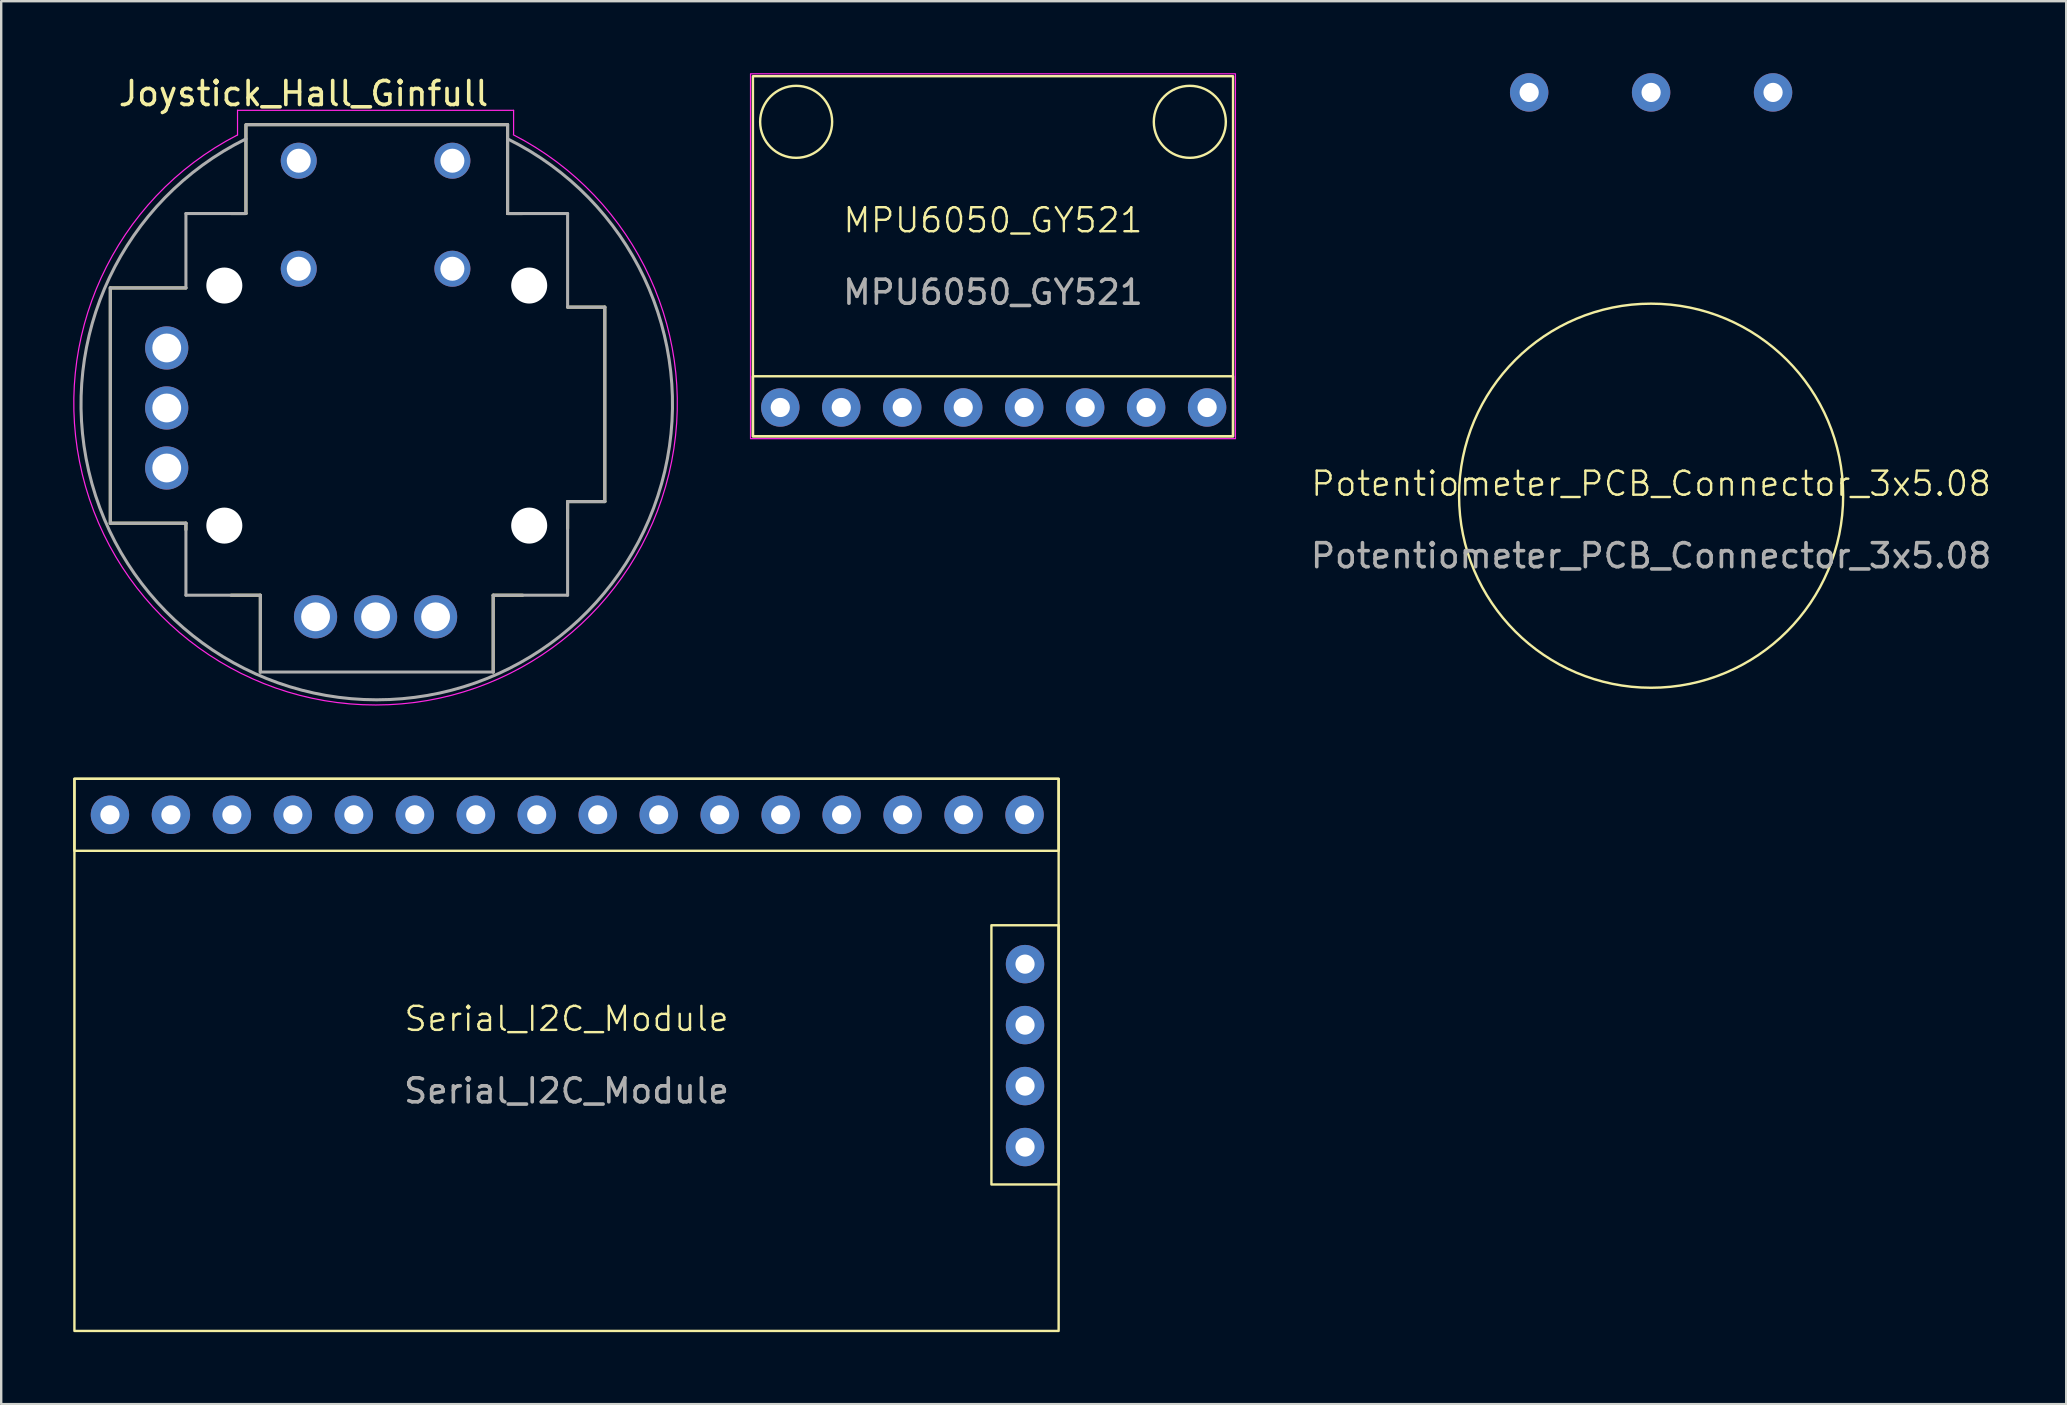
<source format=kicad_pcb>
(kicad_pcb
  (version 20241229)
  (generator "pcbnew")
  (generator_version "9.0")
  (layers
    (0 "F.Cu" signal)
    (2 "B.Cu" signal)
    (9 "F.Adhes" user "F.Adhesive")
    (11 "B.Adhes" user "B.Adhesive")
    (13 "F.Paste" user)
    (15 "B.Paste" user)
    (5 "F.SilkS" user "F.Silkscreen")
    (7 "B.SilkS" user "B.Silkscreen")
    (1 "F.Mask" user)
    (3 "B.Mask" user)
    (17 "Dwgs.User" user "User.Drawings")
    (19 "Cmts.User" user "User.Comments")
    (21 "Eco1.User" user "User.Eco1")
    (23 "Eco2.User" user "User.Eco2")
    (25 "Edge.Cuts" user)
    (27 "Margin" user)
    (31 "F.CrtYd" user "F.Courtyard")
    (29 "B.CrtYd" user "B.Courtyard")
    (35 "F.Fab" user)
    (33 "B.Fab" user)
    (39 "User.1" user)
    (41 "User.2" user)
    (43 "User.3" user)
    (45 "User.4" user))
  (footprint "Serial_I2C_Module"
    (layer "F.Cu")
    (at 20.55 40.893)
    (property "Reference" "Serial_I2C_Module" (at 0 -1.5 0) (unlocked yes) (layer "F.SilkS") (effects (font (size 1 1) (thickness 0.1))))
    (attr through_hole)
    (fp_rect (start -20.5 -11.5) (end 20.5 -8.5) (stroke (width 0.1) (type default)) (fill no) (layer "F.SilkS"))
    (fp_rect (start -20.5 -11.5) (end 20.5 11.5) (stroke (width 0.1) (type default)) (fill no) (layer "F.SilkS"))
    (fp_rect (start 17.7 -5.4) (end 20.5 5.4) (stroke (width 0.1) (type default)) (fill no) (layer "F.SilkS"))
    (fp_text user "${REFERENCE}" (at 0 1.5 0) (unlocked yes) (layer "F.Fab") (effects (font (size 1 1) (thickness 0.15))))
    (pad "1" thru_hole circle (at 19.1 -3.78 90) (size 1.6 1.6) (drill 0.8) (layers "*.Cu" "*.Mask"))
    (pad "2" thru_hole circle (at 19.1 -1.24 90) (size 1.6 1.6) (drill 0.8) (layers "*.Cu" "*.Mask"))
    (pad "3" thru_hole circle (at 19.1 1.3 90) (size 1.6 1.6) (drill 0.8) (layers "*.Cu" "*.Mask"))
    (pad "4" thru_hole circle (at 19.1 3.84 90) (size 1.6 1.6) (drill 0.8) (layers "*.Cu" "*.Mask"))
    (pad "5" thru_hole circle (at 19.08 -10) (size 1.6 1.6) (drill 0.8) (layers "*.Cu" "*.Mask"))
    (pad "6" thru_hole circle (at 16.54 -10) (size 1.6 1.6) (drill 0.8) (layers "*.Cu" "*.Mask"))
    (pad "7" thru_hole circle (at 14 -10) (size 1.6 1.6) (drill 0.8) (layers "*.Cu" "*.Mask"))
    (pad "8" thru_hole circle (at 11.46 -10) (size 1.6 1.6) (drill 0.8) (layers "*.Cu" "*.Mask"))
    (pad "9" thru_hole circle (at 8.92 -10) (size 1.6 1.6) (drill 0.8) (layers "*.Cu" "*.Mask"))
    (pad "10" thru_hole circle (at 6.38 -10) (size 1.6 1.6) (drill 0.8) (layers "*.Cu" "*.Mask"))
    (pad "11" thru_hole circle (at 3.84 -10) (size 1.6 1.6) (drill 0.8) (layers "*.Cu" "*.Mask"))
    (pad "12" thru_hole circle (at 1.3 -10) (size 1.6 1.6) (drill 0.8) (layers "*.Cu" "*.Mask"))
    (pad "13" thru_hole circle (at -1.24 -10) (size 1.6 1.6) (drill 0.8) (layers "*.Cu" "*.Mask"))
    (pad "14" thru_hole circle (at -3.78 -10) (size 1.6 1.6) (drill 0.8) (layers "*.Cu" "*.Mask"))
    (pad "15" thru_hole circle (at -6.32 -10) (size 1.6 1.6) (drill 0.8) (layers "*.Cu" "*.Mask"))
    (pad "16" thru_hole circle (at -8.86 -10) (size 1.6 1.6) (drill 0.8) (layers "*.Cu" "*.Mask"))
    (pad "17" thru_hole circle (at -11.4 -10) (size 1.6 1.6) (drill 0.8) (layers "*.Cu" "*.Mask"))
    (pad "18" thru_hole circle (at -13.94 -10) (size 1.6 1.6) (drill 0.8) (layers "*.Cu" "*.Mask"))
    (pad "19" thru_hole circle (at -16.48 -10) (size 1.6 1.6) (drill 0.8) (layers "*.Cu" "*.Mask"))
    (pad "20" thru_hole circle (at -19.02 -10) (size 1.6 1.6) (drill 0.8) (layers "*.Cu" "*.Mask")))
  (footprint "Potentiometer_PCB_Connector_3x5.08"
    (layer "F.Cu")
    (at 65.731 17.6)
    (property "Reference" "Potentiometer_PCB_Connector_3x5.08" (at 0 -0.5 0) (unlocked yes) (layer "F.SilkS") (effects (font (size 1 1) (thickness 0.1))))
    (attr through_hole)
    (fp_circle (center 0 0) (end 8 0) (stroke (width 0.1) (type default)) (fill no) (layer "F.SilkS"))
    (fp_text user "${REFERENCE}" (at 0 2.5 0) (unlocked yes) (layer "F.Fab") (effects (font (size 1 1) (thickness 0.15))))
    (pad "1" thru_hole circle (at -5.08 -16.8) (size 1.6 1.6) (drill 0.8) (layers "*.Cu" "*.Mask"))
    (pad "2" thru_hole circle (at 0 -16.8) (size 1.6 1.6) (drill 0.8) (layers "*.Cu" "*.Mask"))
    (pad "3" thru_hole circle (at 5.08 -16.8) (size 1.6 1.6) (drill 0.8) (layers "*.Cu" "*.Mask")))
  (footprint "Joystick_Hall_Ginfull"
    (layer "F.Cu")
    (at 12.595 13.748)
    (property "Reference" "Joystick_Hall_Ginfull" (at -3 -12.9 0) (layer "F.SilkS") (effects (font (size 1 1) (thickness 0.15))))
    (attr through_hole)
    (fp_line (start -11.05 -4.803) (end -7.9 -4.803) (stroke (width 0.127) (type solid)) (layer "F.SilkS"))
    (fp_line (start -11.05 4.997) (end -11.05 -4.803) (stroke (width 0.127) (type solid)) (layer "F.SilkS"))
    (fp_line (start -7.9 4.997) (end -11.05 4.997) (stroke (width 0.127) (type solid)) (layer "F.SilkS"))
    (fp_line (start -7.9 5.267) (end -7.9 4.997) (stroke (width 0.127) (type solid)) (layer "F.SilkS"))
    (fp_line (start -6.02 -7.903) (end -5.4 -7.903) (stroke (width 0.127) (type solid)) (layer "F.SilkS"))
    (fp_line (start -5.4 -7.903) (end -5.4 -11.603) (stroke (width 0.127) (type solid)) (layer "F.SilkS"))
    (fp_line (start -5.35 -11.603) (end 5.5 -11.603) (stroke (width 0.127) (type solid)) (layer "F.SilkS"))
    (fp_line (start -4.8 7.997) (end -6.02 7.997) (stroke (width 0.127) (type solid)) (layer "F.SilkS"))
    (fp_line (start -4.8 11.197) (end -4.8 7.997) (stroke (width 0.127) (type solid)) (layer "F.SilkS"))
    (fp_line (start 4.9 7.997) (end 4.9 11.197) (stroke (width 0.127) (type solid)) (layer "F.SilkS"))
    (fp_line (start 5.5 -11.603) (end 5.5 -7.903) (stroke (width 0.127) (type solid)) (layer "F.SilkS"))
    (fp_line (start 5.5 -7.903) (end 6.13 -7.903) (stroke (width 0.127) (type solid)) (layer "F.SilkS"))
    (fp_line (start 6.13 7.997) (end 4.9 7.997) (stroke (width 0.127) (type solid)) (layer "F.SilkS"))
    (fp_line (start 8 -4.003) (end 9.55 -4.003) (stroke (width 0.127) (type solid)) (layer "F.SilkS"))
    (fp_line (start 8 4.097) (end 8 5.217) (stroke (width 0.127) (type solid)) (layer "F.SilkS"))
    (fp_line (start 9.55 -4.003) (end 9.55 4.097) (stroke (width 0.127) (type solid)) (layer "F.SilkS"))
    (fp_line (start 9.55 4.097) (end 8 4.097) (stroke (width 0.127) (type solid)) (layer "F.SilkS"))
    (fp_line (start -5.75 -12.203) (end 5.75 -12.203) (stroke (width 0.05) (type solid)) (layer "F.CrtYd"))
    (fp_line (start -5.75 -11.178) (end -5.75 -12.203) (stroke (width 0.05) (type solid)) (layer "F.CrtYd"))
    (fp_line (start 5.75 -12.203) (end 5.75 -11.203) (stroke (width 0.05) (type solid)) (layer "F.CrtYd"))
    (fp_arc (start 5.739801 -11.182789) (mid 0.005733 12.569807) (end -5.75 -11.177549) (stroke (width 0.05) (type solid)) (layer "F.CrtYd"))
    (fp_line (start -11.05 -4.803) (end -11.05 4.997) (stroke (width 0.127) (type solid)) (layer "F.Fab"))
    (fp_line (start -7.9 -4.803) (end -11.05 -4.803) (stroke (width 0.127) (type solid)) (layer "F.Fab"))
    (fp_line (start -7.9 -4.803) (end -7.9 -7.903) (stroke (width 0.127) (type solid)) (layer "F.Fab"))
    (fp_line (start -7.9 4.997) (end -11.05 4.997) (stroke (width 0.127) (type solid)) (layer "F.Fab"))
    (fp_line (start -7.9 4.997) (end -7.9 7.997) (stroke (width 0.127) (type solid)) (layer "F.Fab"))
    (fp_line (start -5.4 -11.603) (end -5.4 -7.903) (stroke (width 0.127) (type solid)) (layer "F.Fab"))
    (fp_line (start -5.4 -7.903) (end -7.9 -7.903) (stroke (width 0.127) (type solid)) (layer "F.Fab"))
    (fp_line (start -4.8 7.997) (end -7.9 7.997) (stroke (width 0.127) (type solid)) (layer "F.Fab"))
    (fp_line (start -4.8 11.197) (end -4.8 7.997) (stroke (width 0.127) (type solid)) (layer "F.Fab"))
    (fp_line (start 4.9 7.997) (end 8 7.997) (stroke (width 0.127) (type solid)) (layer "F.Fab"))
    (fp_line (start 4.9 11.197) (end -4.8 11.197) (stroke (width 0.127) (type solid)) (layer "F.Fab"))
    (fp_line (start 4.9 11.197) (end 4.9 7.997) (stroke (width 0.127) (type solid)) (layer "F.Fab"))
    (fp_line (start 5.5 -11.603) (end -5.35 -11.603) (stroke (width 0.127) (type solid)) (layer "F.Fab"))
    (fp_line (start 5.5 -11.603) (end 5.5 -7.903) (stroke (width 0.127) (type solid)) (layer "F.Fab"))
    (fp_line (start 8 -7.903) (end 5.5 -7.903) (stroke (width 0.127) (type solid)) (layer "F.Fab"))
    (fp_line (start 8 -4.003) (end 8 -7.903) (stroke (width 0.127) (type solid)) (layer "F.Fab"))
    (fp_line (start 8 -4.003) (end 9.55 -4.003) (stroke (width 0.127) (type solid)) (layer "F.Fab"))
    (fp_line (start 8 4.097) (end 8 7.997) (stroke (width 0.127) (type solid)) (layer "F.Fab"))
    (fp_line (start 8 4.097) (end 9.55 4.097) (stroke (width 0.127) (type solid)) (layer "F.Fab"))
    (fp_line (start 9.55 -4.003) (end 9.55 4.097) (stroke (width 0.127) (type solid)) (layer "F.Fab"))
    (fp_arc (start 5.503869 -11.010499) (mid 0.047843 12.353944) (end -5.4 -11.012408) (stroke (width 0.127) (type solid)) (layer "F.Fab"))
    (pad "" np_thru_hole circle (at -6.3 -4.903) (size 1.5 1.5) (drill 1.5) (layers "*.Cu" "*.Mask"))
    (pad "" np_thru_hole circle (at -6.3 5.097) (size 1.5 1.5) (drill 1.5) (layers "*.Cu" "*.Mask"))
    (pad "" np_thru_hole circle (at 6.4 -4.903) (size 1.5 1.5) (drill 1.5) (layers "*.Cu" "*.Mask"))
    (pad "" np_thru_hole circle (at 6.4 5.097) (size 1.5 1.5) (drill 1.5) (layers "*.Cu" "*.Mask"))
    (pad "1" thru_hole circle (at -8.7 2.697) (size 1.8 1.8) (drill 1.2) (layers "*.Cu" "*.Mask"))
    (pad "1" thru_hole circle (at 2.5 8.897) (size 1.8 1.8) (drill 1.2) (layers "*.Cu" "*.Mask"))
    (pad "2" thru_hole circle (at -8.7 -2.303) (size 1.8 1.8) (drill 1.2) (layers "*.Cu" "*.Mask"))
    (pad "2" thru_hole circle (at -3.2 -10.103) (size 1.5 1.5) (drill 1) (layers "*.Cu" "*.Mask"))
    (pad "2" thru_hole circle (at -2.5 8.897) (size 1.8 1.8) (drill 1.2) (layers "*.Cu" "*.Mask"))
    (pad "2" thru_hole circle (at 3.2 -10.103) (size 1.5 1.5) (drill 1) (layers "*.Cu" "*.Mask"))
    (pad "3" thru_hole circle (at 0 8.897) (size 1.8 1.8) (drill 1.2) (layers "*.Cu" "*.Mask"))
    (pad "4" thru_hole circle (at -8.7 0.197) (size 1.8 1.8) (drill 1.2) (layers "*.Cu" "*.Mask"))
    (pad "5" thru_hole circle (at -3.2 -5.603) (size 1.5 1.5) (drill 1) (layers "*.Cu" "*.Mask"))
    (pad "5" thru_hole circle (at 3.2 -5.603) (size 1.5 1.5) (drill 1) (layers "*.Cu" "*.Mask")))
  (footprint "MPU6050_GY521"
    (layer "F.Cu")
    (at 38.315 7.625)
    (property "Reference" "MPU6050_GY521" (at 0 -1.5 0) (unlocked yes) (layer "F.SilkS") (effects (font (size 1 1) (thickness 0.1))))
    (attr through_hole)
    (fp_rect (start -10 -7.5) (end 10 7.5) (stroke (width 0.1) (type default)) (fill no) (layer "F.SilkS"))
    (fp_rect (start -10 5) (end 10 7.5) (stroke (width 0.1) (type default)) (fill no) (layer "F.SilkS"))
    (fp_circle (center -8.2 -5.6) (end -6.7 -5.6) (stroke (width 0.1) (type default)) (fill no) (layer "F.SilkS"))
    (fp_circle (center 8.2 -5.6) (end 9.7 -5.6) (stroke (width 0.1) (type default)) (fill no) (layer "F.SilkS"))
    (fp_rect (start -10.1 -7.6) (end 10.1 7.6) (stroke (width 0.05) (type default)) (fill no) (layer "F.CrtYd"))
    (fp_text user "${REFERENCE}" (at 0 1.5 0) (unlocked yes) (layer "F.Fab") (effects (font (size 1 1) (thickness 0.15))))
    (pad "1" thru_hole circle (at -8.86 6.3) (size 1.6 1.6) (drill 0.8) (layers "*.Cu" "*.Mask"))
    (pad "2" thru_hole circle (at -6.32 6.3) (size 1.6 1.6) (drill 0.8) (layers "*.Cu" "*.Mask"))
    (pad "3" thru_hole circle (at -3.78 6.3) (size 1.6 1.6) (drill 0.8) (layers "*.Cu" "*.Mask"))
    (pad "4" thru_hole circle (at -1.24 6.3) (size 1.6 1.6) (drill 0.8) (layers "*.Cu" "*.Mask"))
    (pad "5" thru_hole circle (at 1.3 6.3) (size 1.6 1.6) (drill 0.8) (layers "*.Cu" "*.Mask"))
    (pad "6" thru_hole circle (at 3.84 6.3) (size 1.6 1.6) (drill 0.8) (layers "*.Cu" "*.Mask"))
    (pad "7" thru_hole circle (at 6.38 6.3) (size 1.6 1.6) (drill 0.8) (layers "*.Cu" "*.Mask"))
    (pad "8" thru_hole circle (at 8.92 6.3) (size 1.6 1.6) (drill 0.8) (layers "*.Cu" "*.Mask")))
  (gr_rect
    (start -3 -3)
    (end 83.023 55.443)
    (stroke (width 0.1) (type default))
    (fill no)
    (layer "Edge.Cuts")))
</source>
